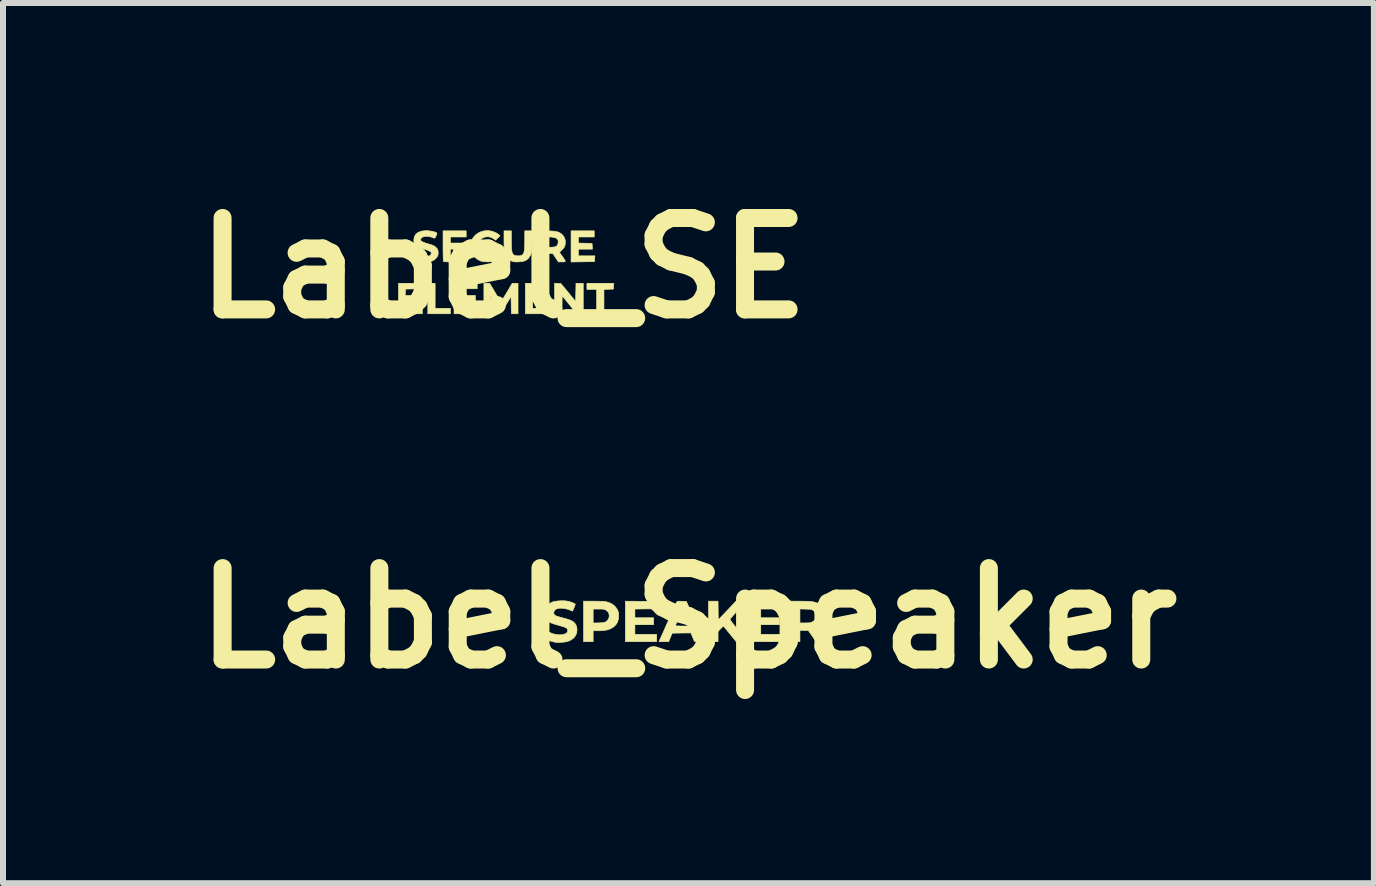
<source format=kicad_pcb>
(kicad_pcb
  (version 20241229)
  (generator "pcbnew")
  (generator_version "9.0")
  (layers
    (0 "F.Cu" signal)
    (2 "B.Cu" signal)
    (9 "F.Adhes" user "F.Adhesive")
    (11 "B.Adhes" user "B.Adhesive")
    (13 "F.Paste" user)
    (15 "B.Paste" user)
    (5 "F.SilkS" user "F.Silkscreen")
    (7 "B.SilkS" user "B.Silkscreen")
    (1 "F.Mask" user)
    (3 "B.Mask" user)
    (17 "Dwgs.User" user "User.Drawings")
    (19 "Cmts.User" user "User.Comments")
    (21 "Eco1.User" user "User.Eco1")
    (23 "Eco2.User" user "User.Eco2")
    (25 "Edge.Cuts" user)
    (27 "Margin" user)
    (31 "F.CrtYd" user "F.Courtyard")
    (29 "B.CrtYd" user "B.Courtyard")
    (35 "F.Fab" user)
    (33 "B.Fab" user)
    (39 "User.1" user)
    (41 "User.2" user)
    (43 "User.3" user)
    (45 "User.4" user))
  (footprint "Label_SE"
    (layer "F.Cu")
    (at 5.341 1.418)
    (property "Reference" "Label_SE" (at 0 0 0) (layer "F.SilkS") (effects (font (size 1.524 1.524) (thickness 0.3))))
    (attr through_hole)
    (fp_poly (pts (xy -1.138 0.671) (xy -0.884 0.671) (xy -0.884 0.762) (xy -1.26 0.762) (xy -1.26 0.254) (xy -1.138 0.254) (xy -1.138 0.671)) (stroke (width 0.01) (type solid)) (fill yes) (layer "F.SilkS"))
    (fp_poly (pts (xy 1.837 0.302) (xy 1.834 0.351) (xy 1.676 0.356) (xy 1.676 0.762) (xy 1.554 0.762) (xy 1.554 0.356) (xy 1.392 0.356) (xy 1.392 0.254) (xy 1.84 0.254) (xy 1.837 0.302)) (stroke (width 0.01) (type solid)) (fill yes) (layer "F.SilkS"))
    (fp_poly (pts (xy -0.437 0.345) (xy -0.701 0.345) (xy -0.701 0.457) (xy -0.467 0.457) (xy -0.467 0.549) (xy -0.701 0.549) (xy -0.701 0.671) (xy -0.427 0.671) (xy -0.427 0.762) (xy -0.823 0.762) (xy -0.823 0.254) (xy -0.437 0.254) (xy -0.437 0.345)) (stroke (width 0.01) (type solid)) (fill yes) (layer "F.SilkS"))
    (fp_poly (pts (xy 0.752 0.345) (xy 0.488 0.345) (xy 0.488 0.457) (xy 0.721 0.457) (xy 0.721 0.549) (xy 0.488 0.549) (xy 0.488 0.671) (xy 0.762 0.671) (xy 0.762 0.762) (xy 0.366 0.762) (xy 0.366 0.254) (xy 0.752 0.254) (xy 0.752 0.345)) (stroke (width 0.01) (type solid)) (fill yes) (layer "F.SilkS"))
    (fp_poly (pts (xy -1.361 0.345) (xy -1.631 0.351) (xy -1.637 0.457) (xy -1.392 0.457) (xy -1.392 0.548) (xy -1.511 0.551) (xy -1.631 0.554) (xy -1.634 0.612) (xy -1.637 0.671) (xy -1.351 0.671) (xy -1.351 0.762) (xy -1.748 0.762) (xy -1.748 0.254) (xy -1.361 0.254) (xy -1.361 0.345)) (stroke (width 0.01) (type solid)) (fill yes) (layer "F.SilkS"))
    (fp_poly (pts (xy 1.514 -0.518) (xy 1.25 -0.518) (xy 1.25 -0.417) (xy 1.478 -0.411) (xy 1.481 -0.363) (xy 1.484 -0.315) (xy 1.25 -0.315) (xy 1.25 -0.203) (xy 1.525 -0.203) (xy 1.522 -0.155) (xy 1.519 -0.107) (xy 1.128 -0.101) (xy 1.128 -0.62) (xy 1.514 -0.62) (xy 1.514 -0.518)) (stroke (width 0.01) (type solid)) (fill yes) (layer "F.SilkS"))
    (fp_poly (pts (xy 0.906 0.256) (xy 0.959 0.259) (xy 1.082 0.408) (xy 1.204 0.558) (xy 1.207 0.406) (xy 1.21 0.254) (xy 1.331 0.254) (xy 1.331 0.762) (xy 1.278 0.762) (xy 1.224 0.762) (xy 0.98 0.463) (xy 0.978 0.612) (xy 0.975 0.762) (xy 0.853 0.762) (xy 0.853 0.253) (xy 0.906 0.256)) (stroke (width 0.01) (type solid)) (fill yes) (layer "F.SilkS"))
    (fp_poly (pts (xy -0.62 -0.518) (xy -0.884 -0.518) (xy -0.884 -0.417) (xy -0.65 -0.417) (xy -0.65 -0.315) (xy -0.884 -0.315) (xy -0.884 -0.203) (xy -0.61 -0.203) (xy -0.61 -0.102) (xy -0.801 -0.102) (xy -0.861 -0.102) (xy -0.915 -0.103) (xy -0.958 -0.104) (xy -0.987 -0.106) (xy -0.999 -0.108) (xy -0.999 -0.108) (xy -1.001 -0.12) (xy -1.003 -0.149) (xy -1.004 -0.193) (xy -1.005 -0.249) (xy -1.006 -0.313) (xy -1.006 -0.367) (xy -1.006 -0.62) (xy -0.62 -0.62) (xy -0.62 -0.518)) (stroke (width 0.01) (type solid)) (fill yes) (layer "F.SilkS"))
    (fp_poly (pts (xy 0.244 0.762) (xy 0.133 0.762) (xy 0.13 0.617) (xy 0.127 0.473) (xy 0.056 0.592) (xy 0.027 0.64) (xy 0.005 0.674) (xy -0.011 0.695) (xy -0.023 0.706) (xy -0.035 0.711) (xy -0.042 0.711) (xy -0.055 0.709) (xy -0.067 0.702) (xy -0.081 0.687) (xy -0.099 0.661) (xy -0.124 0.622) (xy -0.142 0.592) (xy -0.213 0.472) (xy -0.213 0.617) (xy -0.213 0.762) (xy -0.325 0.762) (xy -0.325 0.254) (xy -0.277 0.254) (xy -0.229 0.254) (xy -0.138 0.407) (xy -0.109 0.456) (xy -0.082 0.499) (xy -0.061 0.532) (xy -0.046 0.553) (xy -0.041 0.559) (xy -0.033 0.55) (xy -0.017 0.527) (xy 0.005 0.492) (xy 0.032 0.448) (xy 0.057 0.407) (xy 0.147 0.254) (xy 0.196 0.254) (xy 0.244 0.254) (xy 0.244 0.762)) (stroke (width 0.01) (type solid)) (fill yes) (layer "F.SilkS"))
    (fp_poly (pts (xy -0.182 -0.612) (xy -0.114 -0.583) (xy -0.081 -0.56) (xy -0.056 -0.539) (xy -0.13 -0.464) (xy -0.158 -0.486) (xy -0.205 -0.512) (xy -0.257 -0.522) (xy -0.308 -0.517) (xy -0.355 -0.497) (xy -0.393 -0.464) (xy -0.413 -0.43) (xy -0.426 -0.375) (xy -0.421 -0.321) (xy -0.399 -0.271) (xy -0.362 -0.231) (xy -0.356 -0.226) (xy -0.311 -0.207) (xy -0.26 -0.202) (xy -0.208 -0.211) (xy -0.169 -0.23) (xy -0.13 -0.256) (xy -0.095 -0.222) (xy -0.059 -0.188) (xy -0.096 -0.157) (xy -0.127 -0.134) (xy -0.162 -0.117) (xy -0.171 -0.113) (xy -0.215 -0.105) (xy -0.269 -0.103) (xy -0.323 -0.106) (xy -0.368 -0.114) (xy -0.378 -0.117) (xy -0.439 -0.149) (xy -0.488 -0.196) (xy -0.523 -0.253) (xy -0.542 -0.318) (xy -0.545 -0.387) (xy -0.535 -0.438) (xy -0.507 -0.502) (xy -0.463 -0.554) (xy -0.403 -0.594) (xy -0.399 -0.596) (xy -0.329 -0.619) (xy -0.255 -0.625) (xy -0.182 -0.612)) (stroke (width 0.01) (type solid)) (fill yes) (layer "F.SilkS"))
    (fp_poly (pts (xy 0.132 -0.452) (xy 0.133 -0.374) (xy 0.136 -0.314) (xy 0.143 -0.269) (xy 0.155 -0.238) (xy 0.172 -0.219) (xy 0.196 -0.208) (xy 0.227 -0.204) (xy 0.244 -0.203) (xy 0.279 -0.205) (xy 0.306 -0.213) (xy 0.326 -0.228) (xy 0.34 -0.254) (xy 0.349 -0.292) (xy 0.354 -0.344) (xy 0.355 -0.414) (xy 0.356 -0.452) (xy 0.356 -0.62) (xy 0.479 -0.62) (xy 0.476 -0.439) (xy 0.474 -0.374) (xy 0.473 -0.324) (xy 0.47 -0.288) (xy 0.466 -0.261) (xy 0.461 -0.24) (xy 0.454 -0.221) (xy 0.448 -0.21) (xy 0.42 -0.165) (xy 0.385 -0.134) (xy 0.339 -0.114) (xy 0.278 -0.105) (xy 0.255 -0.103) (xy 0.209 -0.102) (xy 0.177 -0.104) (xy 0.152 -0.11) (xy 0.127 -0.122) (xy 0.122 -0.124) (xy 0.071 -0.163) (xy 0.035 -0.214) (xy 0.02 -0.253) (xy 0.017 -0.276) (xy 0.014 -0.314) (xy 0.012 -0.364) (xy 0.01 -0.421) (xy 0.01 -0.455) (xy 0.01 -0.62) (xy 0.132 -0.62) (xy 0.132 -0.452)) (stroke (width 0.01) (type solid)) (fill yes) (layer "F.SilkS"))
    (fp_poly (pts (xy 0.788 -0.618) (xy 0.848 -0.614) (xy 0.895 -0.605) (xy 0.933 -0.591) (xy 0.964 -0.572) (xy 0.976 -0.562) (xy 1.013 -0.516) (xy 1.032 -0.462) (xy 1.031 -0.399) (xy 1.031 -0.397) (xy 1.023 -0.365) (xy 1.008 -0.338) (xy 0.979 -0.307) (xy 0.979 -0.307) (xy 0.934 -0.263) (xy 0.98 -0.198) (xy 1.009 -0.157) (xy 1.026 -0.13) (xy 1.032 -0.113) (xy 1.025 -0.105) (xy 1.006 -0.102) (xy 0.978 -0.102) (xy 0.917 -0.102) (xy 0.87 -0.173) (xy 0.823 -0.244) (xy 0.712 -0.244) (xy 0.706 -0.107) (xy 0.655 -0.104) (xy 0.624 -0.103) (xy 0.602 -0.106) (xy 0.597 -0.108) (xy 0.595 -0.12) (xy 0.593 -0.149) (xy 0.591 -0.193) (xy 0.59 -0.249) (xy 0.589 -0.313) (xy 0.589 -0.367) (xy 0.589 -0.518) (xy 0.711 -0.518) (xy 0.711 -0.343) (xy 0.793 -0.347) (xy 0.836 -0.35) (xy 0.863 -0.354) (xy 0.881 -0.361) (xy 0.893 -0.372) (xy 0.895 -0.375) (xy 0.911 -0.409) (xy 0.914 -0.449) (xy 0.908 -0.472) (xy 0.889 -0.494) (xy 0.854 -0.509) (xy 0.804 -0.517) (xy 0.778 -0.518) (xy 0.711 -0.518) (xy 0.589 -0.518) (xy 0.589 -0.62) (xy 0.711 -0.62) (xy 0.788 -0.618)) (stroke (width 0.01) (type solid)) (fill yes) (layer "F.SilkS"))
    (fp_poly (pts (xy -1.246 -0.621) (xy -1.204 -0.615) (xy -1.165 -0.607) (xy -1.132 -0.596) (xy -1.112 -0.586) (xy -1.107 -0.58) (xy -1.111 -0.562) (xy -1.121 -0.538) (xy -1.133 -0.515) (xy -1.143 -0.5) (xy -1.147 -0.498) (xy -1.161 -0.501) (xy -1.186 -0.51) (xy -1.192 -0.513) (xy -1.233 -0.525) (xy -1.277 -0.529) (xy -1.319 -0.526) (xy -1.351 -0.515) (xy -1.361 -0.508) (xy -1.378 -0.486) (xy -1.381 -0.466) (xy -1.367 -0.448) (xy -1.336 -0.431) (xy -1.286 -0.413) (xy -1.25 -0.402) (xy -1.201 -0.388) (xy -1.166 -0.374) (xy -1.142 -0.36) (xy -1.121 -0.342) (xy -1.12 -0.34) (xy -1.099 -0.315) (xy -1.09 -0.29) (xy -1.087 -0.256) (xy -1.087 -0.254) (xy -1.089 -0.22) (xy -1.099 -0.195) (xy -1.119 -0.168) (xy -1.122 -0.164) (xy -1.154 -0.136) (xy -1.189 -0.116) (xy -1.197 -0.113) (xy -1.231 -0.107) (xy -1.276 -0.104) (xy -1.325 -0.103) (xy -1.371 -0.105) (xy -1.407 -0.11) (xy -1.412 -0.111) (xy -1.444 -0.123) (xy -1.473 -0.138) (xy -1.495 -0.152) (xy -1.504 -0.162) (xy -1.5 -0.178) (xy -1.49 -0.201) (xy -1.478 -0.223) (xy -1.468 -0.238) (xy -1.464 -0.241) (xy -1.408 -0.215) (xy -1.351 -0.202) (xy -1.302 -0.199) (xy -1.262 -0.199) (xy -1.237 -0.202) (xy -1.221 -0.209) (xy -1.213 -0.218) (xy -1.202 -0.24) (xy -1.203 -0.259) (xy -1.219 -0.276) (xy -1.251 -0.292) (xy -1.3 -0.309) (xy -1.337 -0.319) (xy -1.384 -0.333) (xy -1.416 -0.346) (xy -1.44 -0.36) (xy -1.46 -0.38) (xy -1.46 -0.38) (xy -1.482 -0.407) (xy -1.491 -0.434) (xy -1.493 -0.465) (xy -1.485 -0.52) (xy -1.46 -0.564) (xy -1.418 -0.596) (xy -1.362 -0.616) (xy -1.291 -0.624) (xy -1.285 -0.624) (xy -1.246 -0.621)) (stroke (width 0.01) (type solid)) (fill yes) (layer "F.SilkS")))
  (footprint "Label_Speaker"
    (layer "F.Cu")
    (at 8.426 7.254)
    (property "Reference" "Label_Speaker" (at 0 0 0) (layer "F.SilkS") (effects (font (size 1.524 1.524) (thickness 0.3))))
    (attr through_hole)
    (fp_poly (pts (xy 1.56 -0.152) (xy 1.205 -0.152) (xy 1.205 -0.007) (xy 1.517 -0.007) (xy 1.517 0.109) (xy 1.205 0.109) (xy 1.205 0.269) (xy 1.575 0.269) (xy 1.575 0.392) (xy 1.052 0.392) (xy 1.052 -0.283) (xy 1.56 -0.283) (xy 1.56 -0.152)) (stroke (width 0.01) (type solid)) (fill yes) (layer "F.SilkS"))
    (fp_poly (pts (xy -0.541 -0.279) (xy -0.541 -0.156) (xy -0.717 -0.154) (xy -0.893 -0.152) (xy -0.893 -0.007) (xy -0.581 -0.007) (xy -0.581 0.109) (xy -0.893 0.109) (xy -0.893 0.269) (xy -0.53 0.269) (xy -0.53 0.392) (xy -1.052 0.392) (xy -1.052 -0.283) (xy -0.541 -0.279)) (stroke (width 0.01) (type solid)) (fill yes) (layer "F.SilkS"))
    (fp_poly (pts (xy 0.495 -0.128) (xy 0.497 0.028) (xy 0.645 -0.128) (xy 0.792 -0.283) (xy 0.875 -0.283) (xy 0.908 -0.283) (xy 0.934 -0.282) (xy 0.952 -0.28) (xy 0.958 -0.279) (xy 0.953 -0.273) (xy 0.94 -0.257) (xy 0.919 -0.234) (xy 0.892 -0.204) (xy 0.86 -0.17) (xy 0.825 -0.132) (xy 0.822 -0.129) (xy 0.782 -0.086) (xy 0.751 -0.052) (xy 0.728 -0.026) (xy 0.711 -0.007) (xy 0.701 0.007) (xy 0.695 0.017) (xy 0.694 0.024) (xy 0.695 0.029) (xy 0.697 0.032) (xy 0.703 0.041) (xy 0.718 0.06) (xy 0.739 0.088) (xy 0.766 0.122) (xy 0.797 0.161) (xy 0.831 0.204) (xy 0.843 0.22) (xy 0.98 0.392) (xy 0.887 0.392) (xy 0.795 0.391) (xy 0.689 0.261) (xy 0.659 0.224) (xy 0.632 0.191) (xy 0.61 0.164) (xy 0.593 0.145) (xy 0.583 0.134) (xy 0.581 0.133) (xy 0.574 0.138) (xy 0.561 0.152) (xy 0.542 0.171) (xy 0.535 0.178) (xy 0.493 0.223) (xy 0.493 0.392) (xy 0.334 0.392) (xy 0.334 -0.283) (xy 0.493 -0.283) (xy 0.495 -0.128)) (stroke (width 0.01) (type solid)) (fill yes) (layer "F.SilkS"))
    (fp_poly (pts (xy -1.533 -0.283) (xy -1.485 -0.282) (xy -1.443 -0.28) (xy -1.409 -0.279) (xy -1.385 -0.277) (xy -1.379 -0.276) (xy -1.318 -0.258) (xy -1.265 -0.23) (xy -1.222 -0.194) (xy -1.189 -0.149) (xy -1.182 -0.134) (xy -1.172 -0.111) (xy -1.167 -0.086) (xy -1.165 -0.054) (xy -1.165 -0.036) (xy -1.169 0.019) (xy -1.182 0.064) (xy -1.206 0.104) (xy -1.231 0.131) (xy -1.267 0.159) (xy -1.308 0.18) (xy -1.355 0.196) (xy -1.411 0.205) (xy -1.478 0.21) (xy -1.515 0.21) (xy -1.589 0.21) (xy -1.589 0.392) (xy -1.749 0.392) (xy -1.749 -0.152) (xy -1.589 -0.152) (xy -1.589 0.081) (xy -1.497 0.079) (xy -1.456 0.077) (xy -1.427 0.075) (xy -1.406 0.072) (xy -1.391 0.067) (xy -1.379 0.061) (xy -1.349 0.036) (xy -1.329 0.005) (xy -1.321 -0.029) (xy -1.323 -0.064) (xy -1.336 -0.097) (xy -1.361 -0.124) (xy -1.379 -0.136) (xy -1.394 -0.143) (xy -1.409 -0.148) (xy -1.428 -0.151) (xy -1.455 -0.152) (xy -1.491 -0.152) (xy -1.5 -0.152) (xy -1.589 -0.152) (xy -1.749 -0.152) (xy -1.749 -0.283) (xy -1.583 -0.283) (xy -1.533 -0.283)) (stroke (width 0.01) (type solid)) (fill yes) (layer "F.SilkS"))
    (fp_poly (pts (xy 1.863 -0.283) (xy 1.933 -0.282) (xy 1.989 -0.281) (xy 2.036 -0.278) (xy 2.073 -0.273) (xy 2.105 -0.266) (xy 2.132 -0.257) (xy 2.155 -0.247) (xy 2.203 -0.215) (xy 2.241 -0.173) (xy 2.268 -0.125) (xy 2.281 -0.072) (xy 2.282 -0.015) (xy 2.276 0.022) (xy 2.26 0.068) (xy 2.239 0.105) (xy 2.208 0.136) (xy 2.166 0.166) (xy 2.159 0.171) (xy 2.154 0.175) (xy 2.153 0.182) (xy 2.158 0.193) (xy 2.168 0.21) (xy 2.186 0.236) (xy 2.196 0.251) (xy 2.219 0.283) (xy 2.241 0.314) (xy 2.26 0.341) (xy 2.271 0.357) (xy 2.294 0.392) (xy 2.127 0.392) (xy 2.063 0.299) (xy 1.998 0.207) (xy 1.858 0.203) (xy 1.858 0.392) (xy 1.698 0.392) (xy 1.698 0.08) (xy 1.858 0.08) (xy 1.943 0.08) (xy 1.982 0.079) (xy 2.009 0.078) (xy 2.03 0.075) (xy 2.046 0.07) (xy 2.061 0.064) (xy 2.093 0.043) (xy 2.112 0.019) (xy 2.121 -0.013) (xy 2.123 -0.036) (xy 2.119 -0.072) (xy 2.107 -0.101) (xy 2.083 -0.126) (xy 2.073 -0.134) (xy 2.063 -0.14) (xy 2.05 -0.144) (xy 2.033 -0.147) (xy 2.007 -0.149) (xy 1.971 -0.151) (xy 1.955 -0.151) (xy 1.858 -0.154) (xy 1.858 0.08) (xy 1.698 0.08) (xy 1.698 -0.283) (xy 1.863 -0.283)) (stroke (width 0.01) (type solid)) (fill yes) (layer "F.SilkS"))
    (fp_poly (pts (xy -0.118 -0.282) (xy -0.112 -0.281) (xy -0.035 -0.279) (xy 0.113 0.052) (xy 0.142 0.117) (xy 0.169 0.178) (xy 0.194 0.234) (xy 0.216 0.283) (xy 0.234 0.324) (xy 0.248 0.356) (xy 0.257 0.378) (xy 0.261 0.388) (xy 0.261 0.388) (xy 0.254 0.39) (xy 0.236 0.391) (xy 0.209 0.391) (xy 0.18 0.39) (xy 0.099 0.388) (xy 0.07 0.317) (xy 0.04 0.246) (xy -0.116 0.248) (xy -0.272 0.25) (xy -0.301 0.321) (xy -0.33 0.392) (xy -0.411 0.392) (xy -0.492 0.392) (xy -0.373 0.126) (xy -0.218 0.126) (xy -0.211 0.127) (xy -0.192 0.129) (xy -0.164 0.13) (xy -0.129 0.131) (xy -0.113 0.131) (xy -0.008 0.131) (xy -0.051 0.027) (xy -0.071 -0.022) (xy -0.086 -0.059) (xy -0.098 -0.086) (xy -0.106 -0.104) (xy -0.111 -0.115) (xy -0.114 -0.12) (xy -0.116 -0.121) (xy -0.118 -0.119) (xy -0.118 -0.119) (xy -0.122 -0.109) (xy -0.131 -0.089) (xy -0.142 -0.062) (xy -0.156 -0.029) (xy -0.17 0.006) (xy -0.185 0.041) (xy -0.197 0.073) (xy -0.208 0.1) (xy -0.215 0.118) (xy -0.218 0.126) (xy -0.373 0.126) (xy -0.348 0.069) (xy -0.319 0.004) (xy -0.292 -0.056) (xy -0.267 -0.112) (xy -0.244 -0.162) (xy -0.226 -0.203) (xy -0.211 -0.236) (xy -0.201 -0.258) (xy -0.196 -0.268) (xy -0.196 -0.269) (xy -0.191 -0.275) (xy -0.184 -0.279) (xy -0.171 -0.282) (xy -0.15 -0.282) (xy -0.118 -0.282)) (stroke (width 0.01) (type solid)) (fill yes) (layer "F.SilkS"))
    (fp_poly (pts (xy -2.048 -0.288) (xy -2.015 -0.283) (xy -1.988 -0.277) (xy -1.958 -0.267) (xy -1.93 -0.257) (xy -1.907 -0.246) (xy -1.891 -0.237) (xy -1.887 -0.231) (xy -1.889 -0.222) (xy -1.896 -0.204) (xy -1.905 -0.181) (xy -1.915 -0.157) (xy -1.925 -0.136) (xy -1.931 -0.121) (xy -1.933 -0.118) (xy -1.94 -0.12) (xy -1.956 -0.126) (xy -1.965 -0.131) (xy -2.008 -0.147) (xy -2.054 -0.159) (xy -2.1 -0.165) (xy -2.144 -0.166) (xy -2.181 -0.161) (xy -2.209 -0.149) (xy -2.212 -0.147) (xy -2.235 -0.124) (xy -2.246 -0.099) (xy -2.244 -0.074) (xy -2.23 -0.052) (xy -2.219 -0.044) (xy -2.204 -0.037) (xy -2.178 -0.028) (xy -2.145 -0.018) (xy -2.109 -0.008) (xy -2.108 -0.008) (xy -2.051 0.007) (xy -2.007 0.02) (xy -1.972 0.033) (xy -1.944 0.045) (xy -1.922 0.059) (xy -1.913 0.066) (xy -1.884 0.098) (xy -1.866 0.136) (xy -1.858 0.182) (xy -1.858 0.197) (xy -1.864 0.249) (xy -1.884 0.294) (xy -1.916 0.333) (xy -1.96 0.364) (xy -2.008 0.386) (xy -2.037 0.393) (xy -2.075 0.399) (xy -2.118 0.403) (xy -2.161 0.405) (xy -2.199 0.404) (xy -2.217 0.402) (xy -2.275 0.389) (xy -2.332 0.371) (xy -2.371 0.354) (xy -2.394 0.343) (xy -2.41 0.334) (xy -2.417 0.329) (xy -2.417 0.329) (xy -2.414 0.321) (xy -2.406 0.304) (xy -2.396 0.28) (xy -2.391 0.269) (xy -2.365 0.212) (xy -2.319 0.236) (xy -2.27 0.256) (xy -2.22 0.27) (xy -2.17 0.277) (xy -2.123 0.277) (xy -2.082 0.271) (xy -2.048 0.259) (xy -2.024 0.24) (xy -2.018 0.231) (xy -2.011 0.206) (xy -2.018 0.182) (xy -2.038 0.162) (xy -2.043 0.159) (xy -2.058 0.152) (xy -2.084 0.143) (xy -2.117 0.133) (xy -2.154 0.122) (xy -2.162 0.12) (xy -2.217 0.105) (xy -2.26 0.091) (xy -2.293 0.078) (xy -2.318 0.066) (xy -2.339 0.051) (xy -2.35 0.041) (xy -2.38 0.004) (xy -2.397 -0.039) (xy -2.402 -0.083) (xy -2.395 -0.135) (xy -2.375 -0.181) (xy -2.343 -0.221) (xy -2.3 -0.253) (xy -2.265 -0.27) (xy -2.233 -0.279) (xy -2.191 -0.285) (xy -2.143 -0.289) (xy -2.094 -0.29) (xy -2.048 -0.288)) (stroke (width 0.01) (type solid)) (fill yes) (layer "F.SilkS")))
  (gr_rect
    (start -3 -3)
    (end 19.851 11.672)
    (stroke (width 0.1) (type default))
    (fill no)
    (layer "Edge.Cuts")))
</source>
